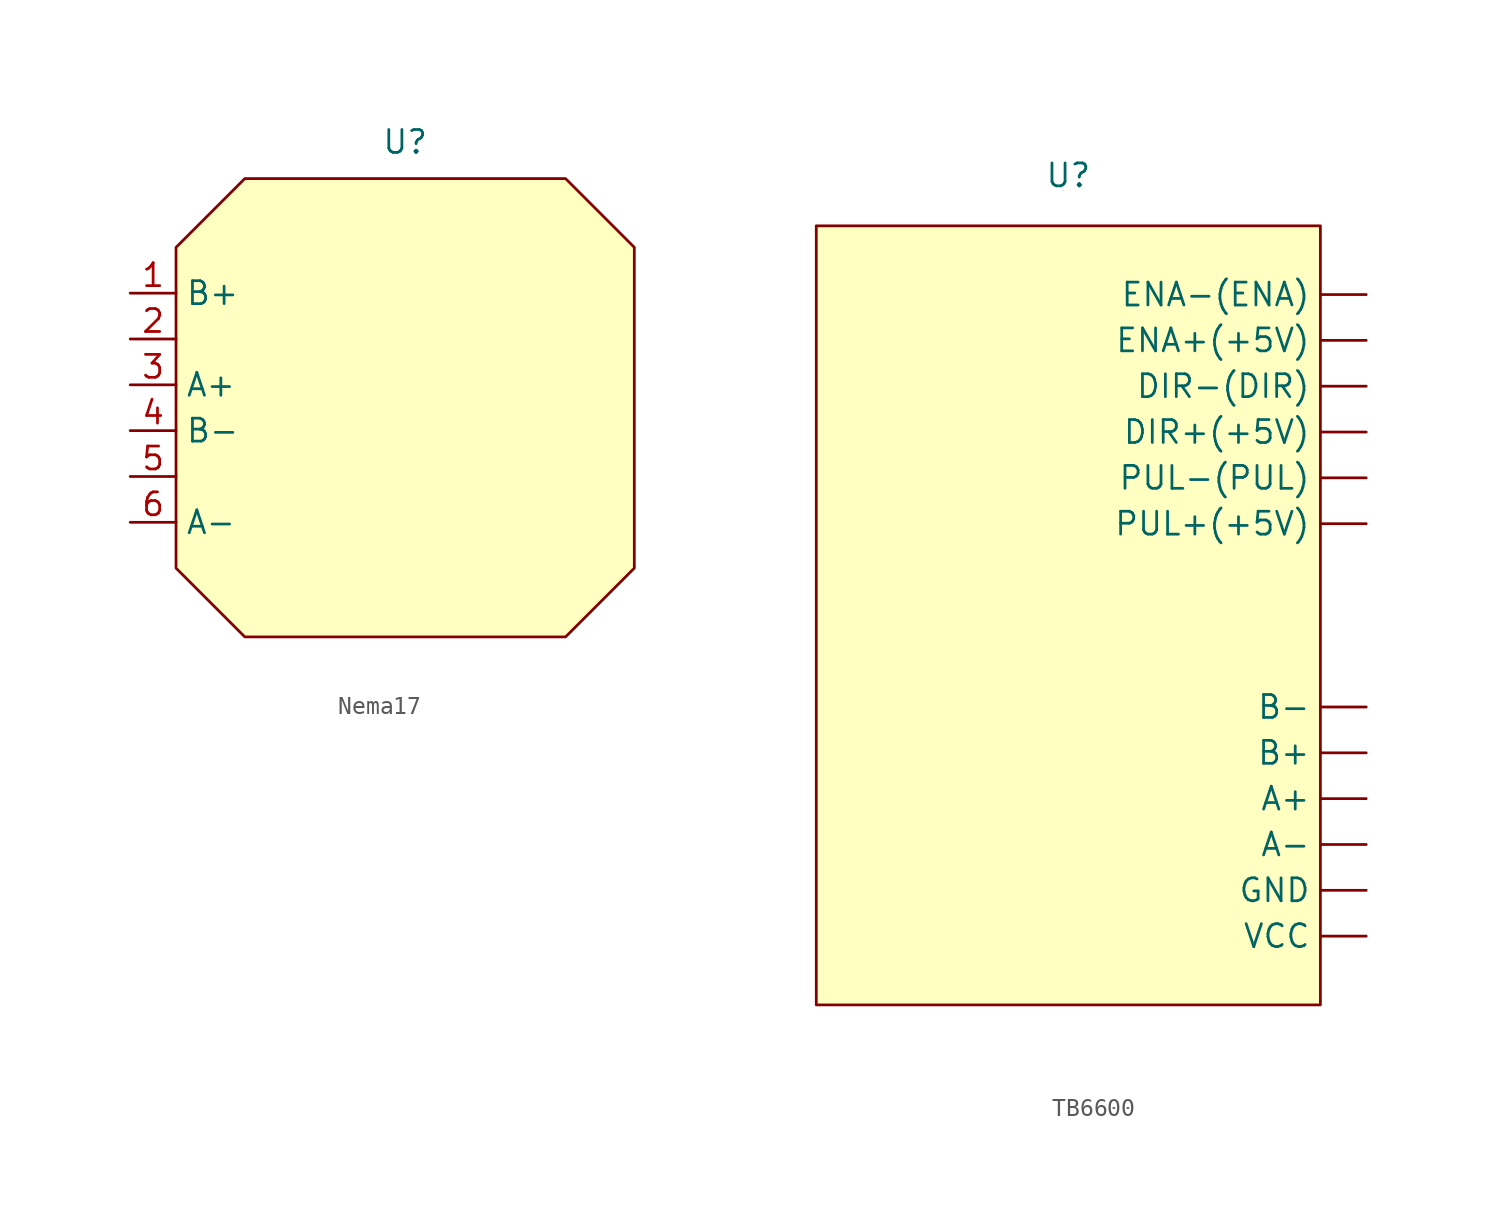
<source format=kicad_sym>
(kicad_symbol_lib
  (version 20231120)
  (generator "kicad_symbol_editor")
  (generator_version "8.0")
  (symbol "Nema17"
    (property "Reference" "U"
      (at 0 14.732 0)
      (effects (font (size 1.27 1.27))))
    (property "Value" ""
      (at -15.24 6.35 0)
      (effects (font (size 1.27 1.27))))
    (symbol "Nema17_0_0"
      (pin unspecified line (at -15.24 6.35 0) (length 2.54) (name "B+" (effects (font (size 1.27 1.27)))) (number "1" (effects (font (size 1.27 1.27)))))
      (pin unspecified line (at -15.24 3.81 0) (length 2.54) (name "" (effects (font (size 1.27 1.27)))) (number "2" (effects (font (size 1.27 1.27)))))
      (pin unspecified line (at -15.24 1.27 0) (length 2.54) (name "A+" (effects (font (size 1.27 1.27)))) (number "3" (effects (font (size 1.27 1.27)))))
      (pin unspecified line (at -15.24 -1.27 0) (length 2.54) (name "B-" (effects (font (size 1.27 1.27)))) (number "4" (effects (font (size 1.27 1.27)))))
      (pin unspecified line (at -15.24 -3.81 0) (length 2.54) (name "" (effects (font (size 1.27 1.27)))) (number "5" (effects (font (size 1.27 1.27)))))
      (pin unspecified line (at -15.24 -6.35 0) (length 2.54) (name "A-" (effects (font (size 1.27 1.27)))) (number "6" (effects (font (size 1.27 1.27))))))
    (symbol "Nema17_1_1"
      (polyline (pts (xy -12.7 8.89) (xy -8.89 12.7) (xy 8.89 12.7) (xy 12.7 8.89) (xy 12.7 -8.89) (xy 8.89 -12.7) (xy -7.62 -12.7) (xy -8.89 -12.7) (xy -12.7 -8.89) (xy -12.7 8.89)) (stroke (width 0.152) (type default)) (fill (type background)))))
  (symbol "TB6600"
    (property "Reference" "U"
      (at 0 24.384 0)
      (effects (font (size 1.27 1.27))))
    (property "Value" ""
      (at 16.51 17.78 0)
      (effects (font (size 1.27 1.27))))
    (symbol "TB6600_0_0"
      (pin passive line (at 16.51 -10.16 180) (length 2.54) (name "A+" (effects (font (size 1.27 1.27)))) (number "" (effects (font (size 1.27 1.27)))))
      (pin passive line (at 16.51 -12.7 180) (length 2.54) (name "A-" (effects (font (size 1.27 1.27)))) (number "" (effects (font (size 1.27 1.27)))))
      (pin passive line (at 16.51 -7.62 180) (length 2.54) (name "B+" (effects (font (size 1.27 1.27)))) (number "" (effects (font (size 1.27 1.27)))))
      (pin passive line (at 16.51 -5.08 180) (length 2.54) (name "B-" (effects (font (size 1.27 1.27)))) (number "" (effects (font (size 1.27 1.27)))))
      (pin power_in line (at 16.51 10.16 180) (length 2.54) (name "DIR+(+5V)" (effects (font (size 1.27 1.27)))) (number "" (effects (font (size 1.27 1.27)))))
      (pin input line (at 16.51 12.7 180) (length 2.54) (name "DIR-(DIR)" (effects (font (size 1.27 1.27)))) (number "" (effects (font (size 1.27 1.27)))))
      (pin power_in line (at 16.51 15.24 180) (length 2.54) (name "ENA+(+5V)" (effects (font (size 1.27 1.27)))) (number "" (effects (font (size 1.27 1.27)))))
      (pin input line (at 16.51 17.78 180) (length 2.54) (name "ENA-(ENA)" (effects (font (size 1.27 1.27)))) (number "" (effects (font (size 1.27 1.27)))))
      (pin passive line (at 16.51 -15.24 180) (length 2.54) (name "GND" (effects (font (size 1.27 1.27)))) (number "" (effects (font (size 1.27 1.27)))))
      (pin power_in line (at 16.51 5.08 180) (length 2.54) (name "PUL+(+5V)" (effects (font (size 1.27 1.27)))) (number "" (effects (font (size 1.27 1.27)))))
      (pin input line (at 16.51 7.62 180) (length 2.54) (name "PUL-(PUL)" (effects (font (size 1.27 1.27)))) (number "" (effects (font (size 1.27 1.27)))))
      (pin power_in line (at 16.51 -17.78 180) (length 2.54) (name "VCC" (effects (font (size 1.27 1.27)))) (number "" (effects (font (size 1.27 1.27))))))
    (symbol "TB6600_1_1"
      (rectangle (start -13.97 21.59) (end 13.97 -21.59) (stroke (width 0.152) (type default)) (fill (type background))))))
</source>
